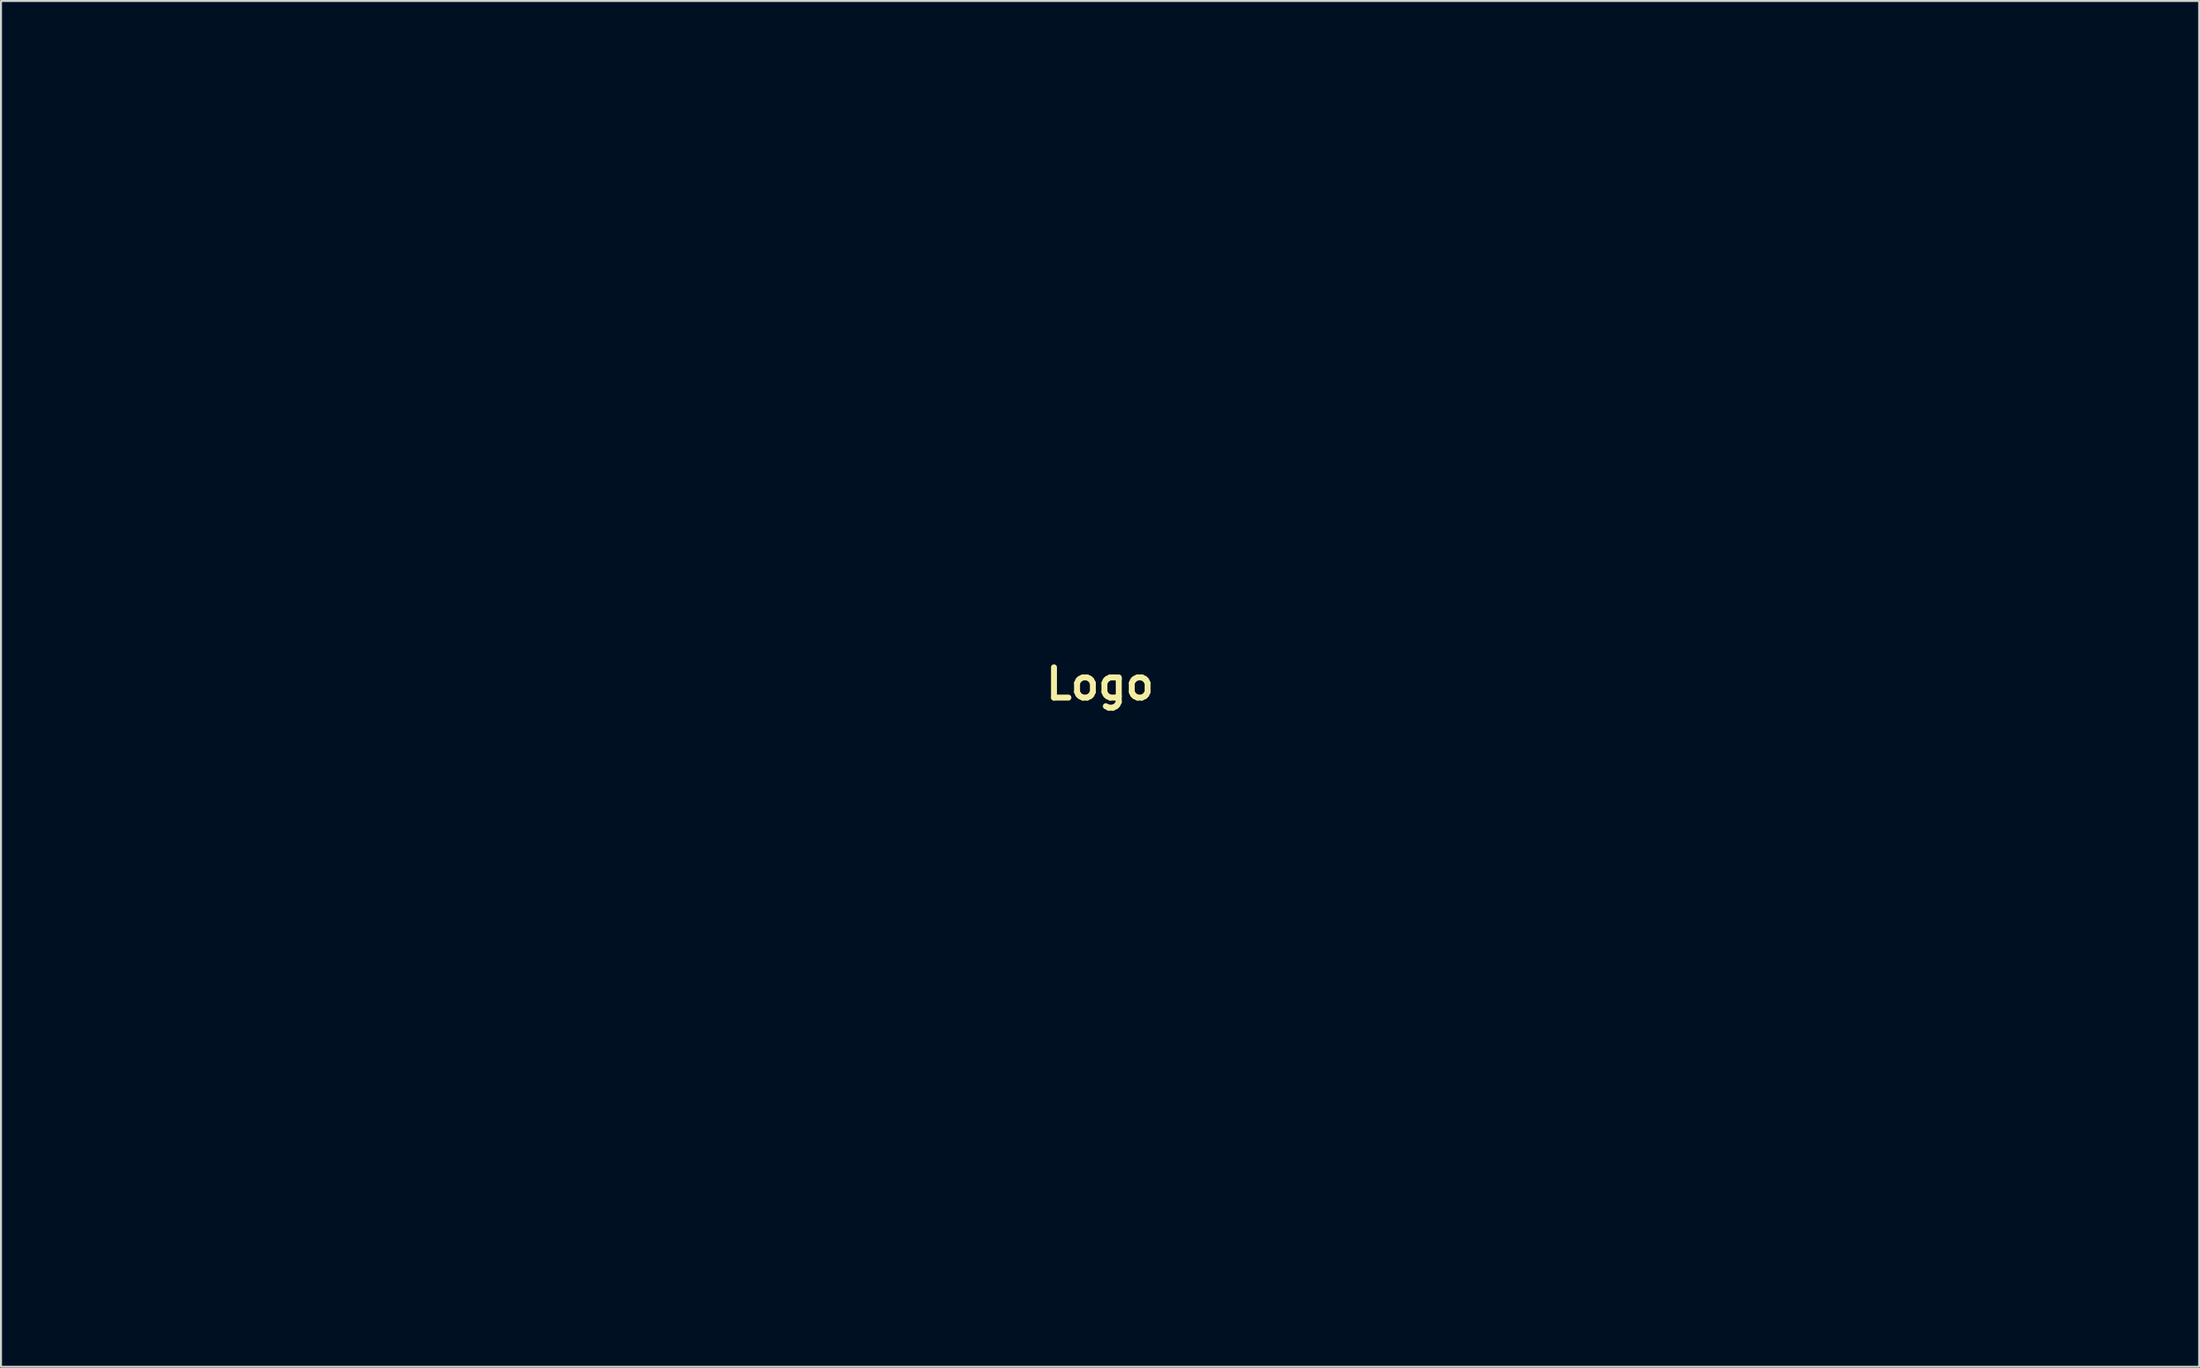
<source format=kicad_pcb>
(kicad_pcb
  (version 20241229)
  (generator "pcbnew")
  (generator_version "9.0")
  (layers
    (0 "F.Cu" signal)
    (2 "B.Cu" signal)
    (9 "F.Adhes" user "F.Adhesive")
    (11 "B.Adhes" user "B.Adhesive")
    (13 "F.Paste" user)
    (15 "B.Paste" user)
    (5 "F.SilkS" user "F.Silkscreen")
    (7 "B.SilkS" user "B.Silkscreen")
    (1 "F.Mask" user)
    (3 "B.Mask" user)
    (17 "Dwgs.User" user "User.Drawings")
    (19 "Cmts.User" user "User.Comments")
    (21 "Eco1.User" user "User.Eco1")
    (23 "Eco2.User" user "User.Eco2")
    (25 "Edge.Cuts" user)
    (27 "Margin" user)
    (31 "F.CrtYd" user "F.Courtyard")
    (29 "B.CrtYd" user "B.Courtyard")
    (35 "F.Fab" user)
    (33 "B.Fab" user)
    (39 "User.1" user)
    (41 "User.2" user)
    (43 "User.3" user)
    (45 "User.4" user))
  (footprint "Logo"
    (layer "F.Cu")
    (at 52.376 31.428)
    (property "Reference" "Logo" (at 0 0 0) (layer "F.SilkS") (effects (font (size 1.524 1.524) (thickness 0.3))))
    (attr through_hole)
    (fp_poly (pts (xy -16.235 11.391) (xy -16.366 11.522) (xy -16.497 11.391) (xy -16.366 11.26) (xy -16.235 11.391)) (stroke (width 0.01) (type solid)) (fill no) (layer "Eco2.User"))
    (fp_poly (pts (xy -14.664 10.867) (xy -14.795 10.998) (xy -14.926 10.867) (xy -14.795 10.736) (xy -14.664 10.867)) (stroke (width 0.01) (type solid)) (fill no) (layer "Eco2.User"))
    (fp_poly (pts (xy -13.878 10.605) (xy -14.009 10.736) (xy -14.14 10.605) (xy -14.009 10.474) (xy -13.878 10.605)) (stroke (width 0.01) (type solid)) (fill no) (layer "Eco2.User"))
    (fp_poly (pts (xy -13.355 10.343) (xy -13.486 10.474) (xy -13.616 10.343) (xy -13.486 10.212) (xy -13.355 10.343)) (stroke (width 0.01) (type solid)) (fill no) (layer "Eco2.User"))
    (fp_poly (pts (xy -12.569 10.081) (xy -12.7 10.212) (xy -12.831 10.081) (xy -12.7 9.951) (xy -12.569 10.081)) (stroke (width 0.01) (type solid)) (fill no) (layer "Eco2.User"))
    (fp_poly (pts (xy -11.784 16.628) (xy -11.914 16.759) (xy -12.045 16.628) (xy -11.914 16.497) (xy -11.784 16.628)) (stroke (width 0.01) (type solid)) (fill no) (layer "Eco2.User"))
    (fp_poly (pts (xy -11.26 9.558) (xy -11.391 9.689) (xy -11.522 9.558) (xy -11.391 9.427) (xy -11.26 9.558)) (stroke (width 0.01) (type solid)) (fill no) (layer "Eco2.User"))
    (fp_poly (pts (xy -11.26 16.366) (xy -11.391 16.497) (xy -11.522 16.366) (xy -11.391 16.235) (xy -11.26 16.366)) (stroke (width 0.01) (type solid)) (fill no) (layer "Eco2.User"))
    (fp_poly (pts (xy -10.736 16.104) (xy -10.867 16.235) (xy -10.998 16.104) (xy -10.867 15.973) (xy -10.736 16.104)) (stroke (width 0.01) (type solid)) (fill no) (layer "Eco2.User"))
    (fp_poly (pts (xy -10.474 9.296) (xy -10.605 9.427) (xy -10.736 9.296) (xy -10.605 9.165) (xy -10.474 9.296)) (stroke (width 0.01) (type solid)) (fill no) (layer "Eco2.User"))
    (fp_poly (pts (xy -10.212 15.842) (xy -10.343 15.973) (xy -10.474 15.842) (xy -10.343 15.711) (xy -10.212 15.842)) (stroke (width 0.01) (type solid)) (fill no) (layer "Eco2.User"))
    (fp_poly (pts (xy -9.689 9.034) (xy -9.82 9.165) (xy -9.951 9.034) (xy -9.82 8.903) (xy -9.689 9.034)) (stroke (width 0.01) (type solid)) (fill no) (layer "Eco2.User"))
    (fp_poly (pts (xy -9.689 15.58) (xy -9.82 15.711) (xy -9.951 15.58) (xy -9.82 15.449) (xy -9.689 15.58)) (stroke (width 0.01) (type solid)) (fill no) (layer "Eco2.User"))
    (fp_poly (pts (xy -9.165 8.772) (xy -9.296 8.903) (xy -9.427 8.772) (xy -9.296 8.641) (xy -9.165 8.772)) (stroke (width 0.01) (type solid)) (fill no) (layer "Eco2.User"))
    (fp_poly (pts (xy -9.165 15.319) (xy -9.296 15.449) (xy -9.427 15.319) (xy -9.296 15.188) (xy -9.165 15.319)) (stroke (width 0.01) (type solid)) (fill no) (layer "Eco2.User"))
    (fp_poly (pts (xy -8.641 15.057) (xy -8.772 15.188) (xy -8.903 15.057) (xy -8.772 14.926) (xy -8.641 15.057)) (stroke (width 0.01) (type solid)) (fill no) (layer "Eco2.User"))
    (fp_poly (pts (xy -8.379 8.51) (xy -8.51 8.641) (xy -8.641 8.51) (xy -8.51 8.379) (xy -8.379 8.51)) (stroke (width 0.01) (type solid)) (fill no) (layer "Eco2.User"))
    (fp_poly (pts (xy -7.856 8.248) (xy -7.987 8.379) (xy -8.118 8.248) (xy -7.987 8.118) (xy -7.856 8.248)) (stroke (width 0.01) (type solid)) (fill no) (layer "Eco2.User"))
    (fp_poly (pts (xy -7.332 14.271) (xy -7.463 14.402) (xy -7.594 14.271) (xy -7.463 14.14) (xy -7.332 14.271)) (stroke (width 0.01) (type solid)) (fill no) (layer "Eco2.User"))
    (fp_poly (pts (xy -6.285 13.747) (xy -6.415 13.878) (xy -6.546 13.747) (xy -6.415 13.616) (xy -6.285 13.747)) (stroke (width 0.01) (type solid)) (fill no) (layer "Eco2.User"))
    (fp_poly (pts (xy -5.761 13.486) (xy -5.892 13.616) (xy -6.023 13.486) (xy -5.892 13.355) (xy -5.761 13.486)) (stroke (width 0.01) (type solid)) (fill no) (layer "Eco2.User"))
    (fp_poly (pts (xy -5.237 7.201) (xy -5.368 7.332) (xy -5.499 7.201) (xy -5.368 7.07) (xy -5.237 7.201)) (stroke (width 0.01) (type solid)) (fill no) (layer "Eco2.User"))
    (fp_poly (pts (xy -5.237 13.224) (xy -5.368 13.355) (xy -5.499 13.224) (xy -5.368 13.093) (xy -5.237 13.224)) (stroke (width 0.01) (type solid)) (fill no) (layer "Eco2.User"))
    (fp_poly (pts (xy -2.095 5.892) (xy -2.226 6.023) (xy -2.357 5.892) (xy -2.226 5.761) (xy -2.095 5.892)) (stroke (width 0.01) (type solid)) (fill no) (layer "Eco2.User"))
    (fp_poly (pts (xy -1.571 5.63) (xy -1.702 5.761) (xy -1.833 5.63) (xy -1.702 5.499) (xy -1.571 5.63)) (stroke (width 0.01) (type solid)) (fill no) (layer "Eco2.User"))
    (fp_poly (pts (xy -1.047 10.867) (xy -1.178 10.998) (xy -1.309 10.867) (xy -1.178 10.736) (xy -1.047 10.867)) (stroke (width 0.01) (type solid)) (fill no) (layer "Eco2.User"))
    (fp_poly (pts (xy -0.786 5.368) (xy -0.916 5.499) (xy -1.047 5.368) (xy -0.916 5.237) (xy -0.786 5.368)) (stroke (width 0.01) (type solid)) (fill no) (layer "Eco2.User"))
    (fp_poly (pts (xy -0.524 10.605) (xy -0.655 10.736) (xy -0.786 10.605) (xy -0.655 10.474) (xy -0.524 10.605)) (stroke (width 0.01) (type solid)) (fill no) (layer "Eco2.User"))
    (fp_poly (pts (xy 2.357 4.059) (xy 2.226 4.19) (xy 2.095 4.059) (xy 2.226 3.928) (xy 2.357 4.059)) (stroke (width 0.01) (type solid)) (fill no) (layer "Eco2.User"))
    (fp_poly (pts (xy 3.142 8.51) (xy 3.011 8.641) (xy 2.88 8.51) (xy 3.011 8.379) (xy 3.142 8.51)) (stroke (width 0.01) (type solid)) (fill no) (layer "Eco2.User"))
    (fp_poly (pts (xy 4.713 3.011) (xy 4.582 3.142) (xy 4.452 3.011) (xy 4.582 2.88) (xy 4.713 3.011)) (stroke (width 0.01) (type solid)) (fill no) (layer "Eco2.User"))
    (fp_poly (pts (xy 5.237 2.749) (xy 5.106 2.88) (xy 4.975 2.749) (xy 5.106 2.619) (xy 5.237 2.749)) (stroke (width 0.01) (type solid)) (fill no) (layer "Eco2.User"))
    (fp_poly (pts (xy 5.499 7.201) (xy 5.368 7.332) (xy 5.237 7.201) (xy 5.368 7.07) (xy 5.499 7.201)) (stroke (width 0.01) (type solid)) (fill no) (layer "Eco2.User"))
    (fp_poly (pts (xy 6.023 2.488) (xy 5.892 2.619) (xy 5.761 2.488) (xy 5.892 2.357) (xy 6.023 2.488)) (stroke (width 0.01) (type solid)) (fill no) (layer "Eco2.User"))
    (fp_poly (pts (xy 6.023 6.939) (xy 5.892 7.07) (xy 5.761 6.939) (xy 5.892 6.808) (xy 6.023 6.939)) (stroke (width 0.01) (type solid)) (fill no) (layer "Eco2.User"))
    (fp_poly (pts (xy 6.546 2.226) (xy 6.415 2.357) (xy 6.285 2.226) (xy 6.415 2.095) (xy 6.546 2.226)) (stroke (width 0.01) (type solid)) (fill no) (layer "Eco2.User"))
    (fp_poly (pts (xy 6.808 6.415) (xy 6.677 6.546) (xy 6.546 6.415) (xy 6.677 6.285) (xy 6.808 6.415)) (stroke (width 0.01) (type solid)) (fill no) (layer "Eco2.User"))
    (fp_poly (pts (xy 7.07 1.964) (xy 6.939 2.095) (xy 6.808 1.964) (xy 6.939 1.833) (xy 7.07 1.964)) (stroke (width 0.01) (type solid)) (fill no) (layer "Eco2.User"))
    (fp_poly (pts (xy 7.332 6.154) (xy 7.201 6.285) (xy 7.07 6.154) (xy 7.201 6.023) (xy 7.332 6.154)) (stroke (width 0.01) (type solid)) (fill no) (layer "Eco2.User"))
    (fp_poly (pts (xy 7.594 1.702) (xy 7.463 1.833) (xy 7.332 1.702) (xy 7.463 1.571) (xy 7.594 1.702)) (stroke (width 0.01) (type solid)) (fill no) (layer "Eco2.User"))
    (fp_poly (pts (xy 8.641 5.368) (xy 8.51 5.499) (xy 8.379 5.368) (xy 8.51 5.237) (xy 8.641 5.368)) (stroke (width 0.01) (type solid)) (fill no) (layer "Eco2.User"))
    (fp_poly (pts (xy 9.165 5.106) (xy 9.034 5.237) (xy 8.903 5.106) (xy 9.034 4.975) (xy 9.165 5.106)) (stroke (width 0.01) (type solid)) (fill no) (layer "Eco2.User"))
    (fp_poly (pts (xy 10.474 4.321) (xy 10.343 4.452) (xy 10.212 4.321) (xy 10.343 4.19) (xy 10.474 4.321)) (stroke (width 0.01) (type solid)) (fill no) (layer "Eco2.User"))
    (fp_poly (pts (xy 11.26 0.131) (xy 11.129 0.262) (xy 10.998 0.131) (xy 11.129 0) (xy 11.26 0.131)) (stroke (width 0.01) (type solid)) (fill no) (layer "Eco2.User"))
    (fp_poly (pts (xy 11.784 -0.131) (xy 11.653 0) (xy 11.522 -0.131) (xy 11.653 -0.262) (xy 11.784 -0.131)) (stroke (width 0.01) (type solid)) (fill no) (layer "Eco2.User"))
    (fp_poly (pts (xy 12.307 -0.393) (xy 12.176 -0.262) (xy 12.045 -0.393) (xy 12.176 -0.524) (xy 12.307 -0.393)) (stroke (width 0.01) (type solid)) (fill no) (layer "Eco2.User"))
    (fp_poly (pts (xy 12.307 3.273) (xy 12.176 3.404) (xy 12.045 3.273) (xy 12.176 3.142) (xy 12.307 3.273)) (stroke (width 0.01) (type solid)) (fill no) (layer "Eco2.User"))
    (fp_poly (pts (xy 12.831 -0.655) (xy 12.7 -0.524) (xy 12.569 -0.655) (xy 12.7 -0.786) (xy 12.831 -0.655)) (stroke (width 0.01) (type solid)) (fill no) (layer "Eco2.User"))
    (fp_poly (pts (xy 13.093 2.749) (xy 12.962 2.88) (xy 12.831 2.749) (xy 12.962 2.619) (xy 13.093 2.749)) (stroke (width 0.01) (type solid)) (fill no) (layer "Eco2.User"))
    (fp_poly (pts (xy 14.926 1.702) (xy 14.795 1.833) (xy 14.664 1.702) (xy 14.795 1.571) (xy 14.926 1.702)) (stroke (width 0.01) (type solid)) (fill no) (layer "Eco2.User"))
    (fp_poly (pts (xy 15.449 1.44) (xy 15.319 1.571) (xy 15.188 1.44) (xy 15.319 1.309) (xy 15.449 1.44)) (stroke (width 0.01) (type solid)) (fill no) (layer "Eco2.User"))
    (fp_poly (pts (xy 15.973 -1.964) (xy 15.842 -1.833) (xy 15.711 -1.964) (xy 15.842 -2.095) (xy 15.973 -1.964)) (stroke (width 0.01) (type solid)) (fill no) (layer "Eco2.User"))
    (fp_poly (pts (xy 16.235 0.916) (xy 16.104 1.047) (xy 15.973 0.916) (xy 16.104 0.786) (xy 16.235 0.916)) (stroke (width 0.01) (type solid)) (fill no) (layer "Eco2.User"))
    (fp_poly (pts (xy 16.497 -2.226) (xy 16.366 -2.095) (xy 16.235 -2.226) (xy 16.366 -2.357) (xy 16.497 -2.226)) (stroke (width 0.01) (type solid)) (fill no) (layer "Eco2.User"))
    (fp_poly (pts (xy 17.021 -2.488) (xy 16.89 -2.357) (xy 16.759 -2.488) (xy 16.89 -2.619) (xy 17.021 -2.488)) (stroke (width 0.01) (type solid)) (fill no) (layer "Eco2.User"))
    (fp_poly (pts (xy 17.544 -2.749) (xy 17.413 -2.619) (xy 17.282 -2.749) (xy 17.413 -2.88) (xy 17.544 -2.749)) (stroke (width 0.01) (type solid)) (fill no) (layer "Eco2.User"))
    (fp_poly (pts (xy 17.544 0.131) (xy 17.413 0.262) (xy 17.282 0.131) (xy 17.413 0) (xy 17.544 0.131)) (stroke (width 0.01) (type solid)) (fill no) (layer "Eco2.User"))
    (fp_poly (pts (xy 18.068 -3.011) (xy 17.937 -2.88) (xy 17.806 -3.011) (xy 17.937 -3.142) (xy 18.068 -3.011)) (stroke (width 0.01) (type solid)) (fill no) (layer "Eco2.User"))
    (fp_poly (pts (xy 18.33 -0.393) (xy 18.199 -0.262) (xy 18.068 -0.393) (xy 18.199 -0.524) (xy 18.33 -0.393)) (stroke (width 0.01) (type solid)) (fill no) (layer "Eco2.User"))
    (fp_poly (pts (xy 18.854 -3.273) (xy 18.723 -3.142) (xy 18.592 -3.273) (xy 18.723 -3.404) (xy 18.854 -3.273)) (stroke (width 0.01) (type solid)) (fill no) (layer "Eco2.User"))
    (fp_poly (pts (xy 23.043 -3.273) (xy 22.912 -3.142) (xy 22.781 -3.273) (xy 22.912 -3.404) (xy 23.043 -3.273)) (stroke (width 0.01) (type solid)) (fill no) (layer "Eco2.User"))
    (fp_poly (pts (xy 24.353 -4.059) (xy 24.222 -3.928) (xy 24.091 -4.059) (xy 24.222 -4.19) (xy 24.353 -4.059)) (stroke (width 0.01) (type solid)) (fill no) (layer "Eco2.User"))
    (fp_poly (pts (xy -20.512 0.873) (xy -20.481 1.184) (xy -20.512 1.222) (xy -20.668 1.186) (xy -20.687 1.047) (xy -20.591 0.832) (xy -20.512 0.873)) (stroke (width 0.01) (type solid)) (fill no) (layer "Eco2.User"))
    (fp_poly (pts (xy -20.508 -1.882) (xy -20.477 -1.473) (xy -20.528 -1.38) (xy -20.647 -1.458) (xy -20.666 -1.724) (xy -20.602 -2.003) (xy -20.508 -1.882)) (stroke (width 0.01) (type solid)) (fill no) (layer "Eco2.User"))
    (fp_poly (pts (xy -19.203 12.395) (xy -19.239 12.55) (xy -19.377 12.569) (xy -19.593 12.473) (xy -19.552 12.395) (xy -19.241 12.363) (xy -19.203 12.395)) (stroke (width 0.01) (type solid)) (fill no) (layer "Eco2.User"))
    (fp_poly (pts (xy -17.632 11.871) (xy -17.668 12.026) (xy -17.806 12.045) (xy -18.022 11.95) (xy -17.981 11.871) (xy -17.67 11.839) (xy -17.632 11.871)) (stroke (width 0.01) (type solid)) (fill no) (layer "Eco2.User"))
    (fp_poly (pts (xy -16.846 11.609) (xy -16.882 11.765) (xy -17.021 11.784) (xy -17.236 11.688) (xy -17.195 11.609) (xy -16.884 11.578) (xy -16.846 11.609)) (stroke (width 0.01) (type solid)) (fill no) (layer "Eco2.User"))
    (fp_poly (pts (xy -11.871 9.776) (xy -11.907 9.932) (xy -12.045 9.951) (xy -12.261 9.855) (xy -12.22 9.776) (xy -11.909 9.745) (xy -11.871 9.776)) (stroke (width 0.01) (type solid)) (fill no) (layer "Eco2.User"))
    (fp_poly (pts (xy -5.848 7.419) (xy -5.884 7.575) (xy -6.023 7.594) (xy -6.238 7.498) (xy -6.197 7.419) (xy -5.886 7.388) (xy -5.848 7.419)) (stroke (width 0.01) (type solid)) (fill no) (layer "Eco2.User"))
    (fp_poly (pts (xy -4.539 6.896) (xy -4.575 7.051) (xy -4.713 7.07) (xy -4.929 6.974) (xy -4.888 6.896) (xy -4.577 6.864) (xy -4.539 6.896)) (stroke (width 0.01) (type solid)) (fill no) (layer "Eco2.User"))
    (fp_poly (pts (xy -12.389 16.928) (xy -12.438 17.021) (xy -12.685 17.271) (xy -12.731 17.282) (xy -12.749 17.113) (xy -12.7 17.021) (xy -12.453 16.771) (xy -12.407 16.759) (xy -12.389 16.928)) (stroke (width 0.01) (type solid)) (fill no) (layer "Eco2.User"))
    (fp_poly (pts (xy -6.565 7.64) (xy -6.756 7.821) (xy -6.808 7.856) (xy -7.288 8.087) (xy -7.517 8.049) (xy -7.463 7.856) (xy -7.089 7.628) (xy -6.858 7.598) (xy -6.565 7.64)) (stroke (width 0.01) (type solid)) (fill no) (layer "Eco2.User"))
    (fp_poly (pts (xy 0.18 10.12) (xy 0.131 10.212) (xy -0.116 10.462) (xy -0.162 10.474) (xy -0.18 10.305) (xy -0.131 10.212) (xy 0.116 9.962) (xy 0.162 9.951) (xy 0.18 10.12)) (stroke (width 0.01) (type solid)) (fill no) (layer "Eco2.User"))
    (fp_poly (pts (xy 2.536 8.81) (xy 2.488 8.903) (xy 2.241 9.153) (xy 2.195 9.165) (xy 2.177 8.996) (xy 2.226 8.903) (xy 2.472 8.653) (xy 2.519 8.641) (xy 2.536 8.81)) (stroke (width 0.01) (type solid)) (fill no) (layer "Eco2.User"))
    (fp_poly (pts (xy 8.035 5.668) (xy 7.987 5.761) (xy 7.74 6.011) (xy 7.694 6.023) (xy 7.676 5.854) (xy 7.725 5.761) (xy 7.971 5.511) (xy 8.018 5.499) (xy 8.035 5.668)) (stroke (width 0.01) (type solid)) (fill no) (layer "Eco2.User"))
    (fp_poly (pts (xy 9.868 4.621) (xy 9.82 4.713) (xy 9.573 4.963) (xy 9.527 4.975) (xy 9.509 4.806) (xy 9.558 4.713) (xy 9.804 4.463) (xy 9.85 4.452) (xy 9.868 4.621)) (stroke (width 0.01) (type solid)) (fill no) (layer "Eco2.User"))
    (fp_poly (pts (xy 16.938 0.431) (xy 16.89 0.524) (xy 16.643 0.774) (xy 16.597 0.786) (xy 16.579 0.616) (xy 16.628 0.524) (xy 16.875 0.274) (xy 16.921 0.262) (xy 16.938 0.431)) (stroke (width 0.01) (type solid)) (fill no) (layer "Eco2.User"))
    (fp_poly (pts (xy 21.652 -2.449) (xy 21.603 -2.357) (xy 21.356 -2.107) (xy 21.31 -2.095) (xy 21.292 -2.264) (xy 21.341 -2.357) (xy 21.588 -2.607) (xy 21.634 -2.619) (xy 21.652 -2.449)) (stroke (width 0.01) (type solid)) (fill no) (layer "Eco2.User"))
    (fp_poly (pts (xy 22.437 -2.973) (xy 22.389 -2.88) (xy 22.142 -2.63) (xy 22.096 -2.619) (xy 22.078 -2.788) (xy 22.127 -2.88) (xy 22.374 -3.13) (xy 22.42 -3.142) (xy 22.437 -2.973)) (stroke (width 0.01) (type solid)) (fill no) (layer "Eco2.User"))
    (fp_poly (pts (xy 23.747 -3.759) (xy 23.698 -3.666) (xy 23.451 -3.416) (xy 23.405 -3.404) (xy 23.387 -3.573) (xy 23.436 -3.666) (xy 23.683 -3.916) (xy 23.729 -3.928) (xy 23.747 -3.759)) (stroke (width 0.01) (type solid)) (fill no) (layer "Eco2.User"))
    (fp_poly (pts (xy 3.809 3.186) (xy 3.951 3.308) (xy 3.583 3.518) (xy 3.431 3.578) (xy 2.868 3.724) (xy 2.62 3.653) (xy 2.619 3.635) (xy 2.842 3.326) (xy 3.369 3.165) (xy 3.809 3.186)) (stroke (width 0.01) (type solid)) (fill no) (layer "Eco2.User"))
    (fp_poly (pts (xy 22.537 22.264) (xy 22.902 22.998) (xy 22.97 23.387) (xy 22.707 23.541) (xy 22.127 23.567) (xy 21.521 23.542) (xy 21.218 23.481) (xy 21.21 23.468) (xy 21.302 23.188) (xy 21.531 22.604) (xy 21.631 22.362) (xy 22.052 21.354) (xy 22.537 22.264)) (stroke (width 0.01) (type solid)) (fill no) (layer "Eco2.User"))
    (fp_poly (pts (xy 21.701 13.406) (xy 22.215 13.576) (xy 22.428 14.033) (xy 22.457 14.271) (xy 22.444 14.93) (xy 22.326 15.349) (xy 21.795 15.729) (xy 21.081 15.825) (xy 20.621 15.688) (xy 20.205 15.211) (xy 20.166 14.601) (xy 20.435 14) (xy 20.945 13.551) (xy 21.628 13.399) (xy 21.701 13.406)) (stroke (width 0.01) (type solid)) (fill no) (layer "Eco2.User"))
    (fp_poly (pts (xy -16.275 -25.174) (xy -16.044 -24.699) (xy -16.02 -24.533) (xy -16.062 -23.857) (xy -16.248 -23.42) (xy -16.714 -23.156) (xy -17.38 -23.043) (xy -17.975 -23.112) (xy -18.155 -23.218) (xy -18.321 -23.682) (xy -18.292 -24.348) (xy -18.097 -24.944) (xy -17.953 -25.125) (xy -17.424 -25.33) (xy -16.84 -25.353) (xy -16.275 -25.174)) (stroke (width 0.01) (type solid)) (fill no) (layer "Eco2.User"))
    (fp_poly (pts (xy 9.021 21.529) (xy 9.408 21.9) (xy 9.786 22.511) (xy 9.95 23.031) (xy 9.951 23.043) (xy 9.796 23.556) (xy 9.422 24.168) (xy 9.408 24.186) (xy 8.688 24.719) (xy 7.769 24.903) (xy 6.851 24.728) (xy 6.285 24.353) (xy 5.89 23.692) (xy 5.761 23.043) (xy 5.982 22.187) (xy 6.554 21.565) (xy 7.343 21.219) (xy 8.21 21.193) (xy 9.021 21.529)) (stroke (width 0.01) (type solid)) (fill no) (layer "Eco2.User"))
    (fp_poly (pts (xy 14.112 2.344) (xy 14.344 2.865) (xy 14.402 3.516) (xy 14.181 4.242) (xy 13.621 4.737) (xy 12.872 4.95) (xy 12.086 4.831) (xy 11.543 4.473) (xy 11.146 4.119) (xy 10.951 4.015) (xy 11.037 3.913) (xy 11.235 3.736) (xy 11.578 3.574) (xy 11.902 3.835) (xy 11.984 3.947) (xy 12.49 4.341) (xy 13.062 4.358) (xy 13.556 4.084) (xy 13.833 3.606) (xy 13.751 3.01) (xy 13.692 2.905) (xy 13.514 2.486) (xy 13.71 2.277) (xy 13.738 2.266) (xy 14.112 2.344)) (stroke (width 0.01) (type solid)) (fill no) (layer "Eco2.User"))
    (fp_poly (pts (xy 0.576 3.282) (xy 1.153 3.795) (xy 1.154 3.797) (xy 1.424 4.255) (xy 1.48 4.451) (xy 1.478 4.452) (xy 1.192 4.543) (xy 0.617 4.768) (xy 0.464 4.831) (xy -0.231 5.054) (xy -0.647 4.99) (xy -0.746 4.91) (xy -1 4.367) (xy -0.427 4.367) (xy -0.086 4.674) (xy 0.146 4.713) (xy 0.452 4.495) (xy 0.524 4.19) (xy 0.337 3.768) (xy -0.06 3.676) (xy -0.393 3.928) (xy -0.427 4.367) (xy -1 4.367) (xy -1.03 4.304) (xy -0.885 3.651) (xy -0.733 3.456) (xy -0.114 3.158) (xy 0.576 3.282)) (stroke (width 0.01) (type solid)) (fill no) (layer "Eco2.User"))
    (fp_poly (pts (xy -20.61 1.824) (xy -20.532 2.545) (xy -20.464 3.681) (xy -20.41 5.175) (xy -20.372 6.974) (xy -20.369 7.18) (xy -20.294 12.789) (xy -22.155 13.329) (xy -24.083 13.839) (xy -25.945 14.238) (xy -27.67 14.519) (xy -29.189 14.676) (xy -30.433 14.702) (xy -31.331 14.591) (xy -31.813 14.336) (xy -31.857 14.257) (xy -31.924 13.812) (xy -31.791 13.269) (xy -31.431 12.588) (xy -30.813 11.733) (xy -29.909 10.665) (xy -28.691 9.346) (xy -27.128 7.74) (xy -26.004 6.612) (xy -24.665 5.287) (xy -23.441 4.092) (xy -22.382 3.075) (xy -21.538 2.284) (xy -20.96 1.767) (xy -20.698 1.572) (xy -20.694 1.571) (xy -20.61 1.824)) (stroke (width 0.01) (type solid)) (fill no) (layer "Eco2.User"))
    (fp_poly (pts (xy 4.882 7.533) (xy 4.918 7.895) (xy 5.319 8.282) (xy 5.942 8.585) (xy 6.389 8.685) (xy 7.129 8.946) (xy 7.509 9.421) (xy 7.525 9.966) (xy 7.169 10.438) (xy 6.472 10.686) (xy 5.82 10.581) (xy 5.504 10.223) (xy 5.331 9.709) (xy 5.333 9.689) (xy 6.023 9.689) (xy 6.155 10.118) (xy 6.481 10.163) (xy 6.87 9.904) (xy 6.939 9.689) (xy 6.721 9.319) (xy 6.481 9.215) (xy 6.11 9.306) (xy 6.023 9.689) (xy 5.333 9.689) (xy 5.357 9.445) (xy 5.268 9.148) (xy 4.872 8.692) (xy 4.709 8.546) (xy 4.215 8.11) (xy 4.09 7.868) (xy 4.299 7.678) (xy 4.478 7.58) (xy 4.84 7.441) (xy 4.882 7.533)) (stroke (width 0.01) (type solid)) (fill no) (layer "Eco2.User"))
    (fp_poly (pts (xy 15.961 6.21) (xy 17.107 6.85) (xy 17.937 7.767) (xy 18.509 8.447) (xy 19.165 8.976) (xy 19.181 8.986) (xy 19.762 9.545) (xy 19.863 10.208) (xy 19.49 10.848) (xy 19.021 11.207) (xy 18.737 11.122) (xy 18.608 10.565) (xy 18.592 10.062) (xy 18.559 9.325) (xy 18.43 8.992) (xy 18.156 8.947) (xy 18.134 8.952) (xy 17.752 9.252) (xy 17.59 9.837) (xy 17.667 10.507) (xy 17.937 10.997) (xy 18.207 11.376) (xy 18.192 11.758) (xy 17.963 12.257) (xy 17.384 12.937) (xy 16.478 13.547) (xy 15.444 13.98) (xy 14.516 14.13) (xy 13.704 14.013) (xy 12.949 13.772) (xy 12.103 13.219) (xy 11.304 12.399) (xy 10.725 11.504) (xy 10.573 11.093) (xy 10.495 9.948) (xy 10.732 8.706) (xy 11.228 7.64) (xy 11.254 7.602) (xy 12.219 6.655) (xy 13.402 6.109) (xy 14.688 5.962) (xy 15.961 6.21)) (stroke (width 0.01) (type solid)) (fill no) (layer "Eco2.User"))
    (fp_poly (pts (xy 1.096 9.775) (xy 1.662 10.214) (xy 2.39 10.882) (xy 2.822 11.316) (xy 3.591 12.087) (xy 4.237 12.689) (xy 4.669 13.039) (xy 4.781 13.093) (xy 5.138 12.944) (xy 5.67 12.584) (xy 5.695 12.564) (xy 6.211 12.225) (xy 6.598 12.223) (xy 6.915 12.399) (xy 7.45 12.975) (xy 7.529 13.621) (xy 7.322 14.022) (xy 6.741 14.367) (xy 6.059 14.282) (xy 5.667 14.009) (xy 5.121 13.681) (xy 4.791 13.616) (xy 4.433 13.454) (xy 4.301 13.355) (xy 6.023 13.355) (xy 6.155 13.784) (xy 6.481 13.829) (xy 6.87 13.57) (xy 6.939 13.355) (xy 6.721 12.985) (xy 6.481 12.881) (xy 6.11 12.972) (xy 6.023 13.355) (xy 4.301 13.355) (xy 3.86 13.024) (xy 3.159 12.412) (xy 2.417 11.704) (xy 1.721 10.988) (xy 1.158 10.349) (xy 0.815 9.874) (xy 0.779 9.648) (xy 0.787 9.645) (xy 1.096 9.775)) (stroke (width 0.01) (type solid)) (fill no) (layer "Eco2.User"))
    (fp_poly (pts (xy -11.253 3.236) (xy -10.755 3.632) (xy -10.736 3.666) (xy -10.613 4.338) (xy -10.882 4.918) (xy -11.444 5.224) (xy -11.605 5.237) (xy -12.141 5.442) (xy -12.917 6.025) (xy -13.677 6.743) (xy -14.424 7.524) (xy -14.873 8.098) (xy -15.108 8.619) (xy -15.211 9.241) (xy -15.24 9.668) (xy -15.331 10.471) (xy -15.481 11.026) (xy -15.598 11.179) (xy -15.754 10.994) (xy -15.797 10.303) (xy -15.767 9.629) (xy -15.691 8.773) (xy -15.543 8.164) (xy -15.238 7.631) (xy -14.691 7.002) (xy -14.245 6.539) (xy -13.351 5.525) (xy -12.898 4.759) (xy -12.831 4.431) (xy -12.819 4.367) (xy -12.21 4.367) (xy -11.87 4.674) (xy -11.637 4.713) (xy -11.331 4.495) (xy -11.26 4.19) (xy -11.446 3.768) (xy -11.843 3.676) (xy -12.176 3.928) (xy -12.21 4.367) (xy -12.819 4.367) (xy -12.713 3.798) (xy -12.517 3.456) (xy -11.921 3.167) (xy -11.253 3.236)) (stroke (width 0.01) (type solid)) (fill no) (layer "Eco2.User"))
    (fp_poly (pts (xy -1.805 11.357) (xy -2.026 11.753) (xy -1.857 12.13) (xy -1.738 12.267) (xy -1.395 12.944) (xy -1.329 13.743) (xy -1.51 14.297) (xy -1.829 14.589) (xy -2.331 14.919) (xy -2.785 15.144) (xy -2.929 15.171) (xy -3.206 15.072) (xy -3.607 14.915) (xy -4.177 14.464) (xy -4.515 13.786) (xy -4.514 13.756) (xy -3.919 13.756) (xy -3.756 14.225) (xy -3.753 14.227) (xy -3.387 14.356) (xy -2.842 14.402) (xy -2.249 14.28) (xy -1.962 13.827) (xy -1.94 13.744) (xy -1.954 13.029) (xy -2.301 12.518) (xy -2.843 12.303) (xy -3.441 12.477) (xy -3.614 12.621) (xy -3.863 13.123) (xy -3.919 13.756) (xy -4.514 13.756) (xy -4.504 13.115) (xy -4.5 12.875) (xy -4.734 12.957) (xy -4.951 13.044) (xy -4.844 12.912) (xy -4.461 12.62) (xy -3.868 12.256) (xy -3.185 11.88) (xy -2.529 11.552) (xy -2.022 11.335) (xy -1.781 11.288) (xy -1.805 11.357)) (stroke (width 0.01) (type solid)) (fill no) (layer "Eco2.User"))
    (fp_poly (pts (xy 20.732 0.017) (xy 20.707 1.117) (xy 20.758 1.845) (xy 20.911 2.35) (xy 21.189 2.781) (xy 21.19 2.784) (xy 21.57 3.407) (xy 21.734 3.952) (xy 21.734 3.963) (xy 21.506 4.61) (xy 20.945 5.172) (xy 20.237 5.48) (xy 20.032 5.499) (xy 19.355 5.317) (xy 18.854 4.975) (xy 18.429 4.281) (xy 18.37 3.578) (xy 18.927 3.578) (xy 18.957 4.154) (xy 19.265 4.564) (xy 19.853 4.937) (xy 20.421 4.808) (xy 20.809 4.461) (xy 21.101 3.859) (xy 20.986 3.306) (xy 20.578 2.919) (xy 19.989 2.813) (xy 19.418 3.039) (xy 18.927 3.578) (xy 18.37 3.578) (xy 18.366 3.531) (xy 18.678 2.92) (xy 18.723 2.88) (xy 18.927 2.5) (xy 19.065 1.846) (xy 19.134 1.062) (xy 19.131 0.292) (xy 19.054 -0.321) (xy 18.899 -0.634) (xy 18.788 -0.632) (xy 18.535 -0.513) (xy 18.619 -0.619) (xy 18.945 -0.875) (xy 19.42 -1.206) (xy 19.901 -1.511) (xy 20.818 -2.058) (xy 20.732 0.017)) (stroke (width 0.01) (type solid)) (fill no) (layer "Eco2.User"))
    (fp_poly (pts (xy 20.68 -24.666) (xy 21.062 -24.154) (xy 21.095 -23.52) (xy 20.859 -23.089) (xy 20.554 -22.439) (xy 20.429 -21.493) (xy 20.484 -20.447) (xy 20.717 -19.495) (xy 20.872 -19.164) (xy 21.149 -18.577) (xy 21.123 -18.189) (xy 20.971 -17.964) (xy 20.437 -17.622) (xy 20.032 -17.544) (xy 19.403 -17.722) (xy 19.093 -17.964) (xy 18.895 -18.337) (xy 18.949 -18.592) (xy 19.639 -18.592) (xy 19.828 -18.16) (xy 20.239 -18.073) (xy 20.494 -18.225) (xy 20.563 -18.588) (xy 20.333 -18.97) (xy 20.004 -19.115) (xy 19.708 -18.897) (xy 19.639 -18.592) (xy 18.949 -18.592) (xy 18.99 -18.78) (xy 19.192 -19.164) (xy 19.502 -20.014) (xy 19.633 -21.044) (xy 19.586 -22.057) (xy 19.358 -22.858) (xy 19.205 -23.089) (xy 18.938 -23.702) (xy 18.951 -23.758) (xy 19.49 -23.758) (xy 19.57 -23.462) (xy 19.95 -23.31) (xy 20.032 -23.305) (xy 20.445 -23.423) (xy 20.494 -23.462) (xy 20.561 -23.824) (xy 20.339 -24.21) (xy 20.032 -24.353) (xy 19.676 -24.158) (xy 19.49 -23.758) (xy 18.951 -23.758) (xy 19.079 -24.32) (xy 19.545 -24.764) (xy 20.032 -24.876) (xy 20.68 -24.666)) (stroke (width 0.01) (type solid)) (fill no) (layer "Eco2.User"))
    (fp_poly (pts (xy -15.222 -10.561) (xy -14.869 -10.099) (xy -14.965 -9.448) (xy -15.193 -9.086) (xy -15.446 -8.681) (xy -15.602 -8.162) (xy -15.683 -7.402) (xy -15.711 -6.275) (xy -15.711 -5.948) (xy -15.69 -4.694) (xy -15.618 -3.865) (xy -15.481 -3.367) (xy -15.305 -3.131) (xy -15.019 -2.627) (xy -14.978 -2.146) (xy -15.253 -1.543) (xy -15.78 -1.233) (xy -16.372 -1.293) (xy -16.62 -1.47) (xy -16.982 -2.122) (xy -16.965 -2.264) (xy -16.429 -2.264) (xy -16.38 -2.118) (xy -16.021 -1.858) (xy -15.627 -1.902) (xy -15.449 -2.21) (xy -15.624 -2.665) (xy -16.008 -2.811) (xy -16.287 -2.671) (xy -16.429 -2.264) (xy -16.965 -2.264) (xy -16.903 -2.794) (xy -16.628 -3.142) (xy -16.413 -3.587) (xy -16.273 -4.403) (xy -16.208 -5.445) (xy -16.216 -6.567) (xy -16.296 -7.623) (xy -16.448 -8.466) (xy -16.659 -8.937) (xy -16.956 -9.623) (xy -16.434 -9.623) (xy -16.357 -9.413) (xy -16.022 -9.22) (xy -15.662 -9.416) (xy -15.496 -9.776) (xy -15.605 -10.149) (xy -15.808 -10.212) (xy -16.284 -10.033) (xy -16.434 -9.623) (xy -16.956 -9.623) (xy -16.959 -9.63) (xy -16.916 -10.071) (xy -16.667 -10.567) (xy -16.15 -10.731) (xy -15.977 -10.736) (xy -15.222 -10.561)) (stroke (width 0.01) (type solid)) (fill no) (layer "Eco2.User"))
    (fp_poly (pts (xy -12.831 -6.858) (xy -12.455 -6.342) (xy -12.426 -5.706) (xy -12.658 -5.283) (xy -12.883 -4.766) (xy -13.035 -3.888) (xy -13.114 -2.799) (xy -13.119 -1.645) (xy -13.049 -0.577) (xy -12.902 0.258) (xy -12.7 0.692) (xy -12.376 1.171) (xy -12.307 1.44) (xy -12.516 1.956) (xy -12.99 2.424) (xy -13.486 2.619) (xy -13.946 2.447) (xy -14.252 2.207) (xy -14.631 1.587) (xy -14.585 1.397) (xy -13.878 1.397) (xy -13.764 1.84) (xy -13.706 1.918) (xy -13.404 1.936) (xy -13.079 1.684) (xy -12.953 1.355) (xy -12.98 1.28) (xy -13.324 1.061) (xy -13.715 1.124) (xy -13.878 1.397) (xy -14.585 1.397) (xy -14.491 1.014) (xy -14.271 0.786) (xy -14.063 0.348) (xy -13.926 -0.469) (xy -13.858 -1.525) (xy -13.859 -2.679) (xy -13.929 -3.792) (xy -14.068 -4.724) (xy -14.274 -5.335) (xy -14.29 -5.36) (xy -14.51 -6.023) (xy -13.878 -6.023) (xy -13.746 -5.593) (xy -13.42 -5.549) (xy -13.031 -5.807) (xy -12.962 -6.023) (xy -13.18 -6.392) (xy -13.42 -6.497) (xy -13.791 -6.405) (xy -13.878 -6.023) (xy -14.51 -6.023) (xy -14.527 -6.074) (xy -14.338 -6.678) (xy -13.793 -7.031) (xy -13.471 -7.07) (xy -12.831 -6.858)) (stroke (width 0.01) (type solid)) (fill no) (layer "Eco2.User"))
    (fp_poly (pts (xy 9.735 -13.01) (xy 9.885 -12.934) (xy 10.267 -12.484) (xy 10.43 -11.883) (xy 10.347 -11.342) (xy 10.099 -11.099) (xy 9.71 -10.714) (xy 9.666 -10.073) (xy 9.944 -9.288) (xy 10.518 -8.473) (xy 10.712 -8.272) (xy 11.357 -7.724) (xy 11.856 -7.455) (xy 12.038 -7.458) (xy 12.429 -7.438) (xy 12.903 -7.128) (xy 13.267 -6.686) (xy 13.355 -6.394) (xy 13.148 -5.896) (xy 12.678 -5.437) (xy 12.176 -5.237) (xy 11.721 -5.409) (xy 11.389 -5.669) (xy 11.094 -6.193) (xy 11.081 -6.494) (xy 11.607 -6.494) (xy 11.786 -6.151) (xy 12.23 -5.791) (xy 12.556 -5.937) (xy 12.661 -6.145) (xy 12.637 -6.582) (xy 12.257 -6.767) (xy 11.872 -6.697) (xy 11.607 -6.494) (xy 11.081 -6.494) (xy 11.078 -6.562) (xy 10.958 -7.065) (xy 10.425 -7.768) (xy 10.182 -8.016) (xy 9.508 -8.782) (xy 9.205 -9.449) (xy 9.165 -9.841) (xy 9.044 -10.533) (xy 8.759 -11.009) (xy 8.432 -11.533) (xy 8.445 -11.98) (xy 8.953 -11.98) (xy 9.044 -11.609) (xy 9.427 -11.522) (xy 9.857 -11.654) (xy 9.901 -11.98) (xy 9.642 -12.369) (xy 9.427 -12.438) (xy 9.057 -12.22) (xy 8.953 -11.98) (xy 8.445 -11.98) (xy 8.449 -12.137) (xy 8.727 -12.678) (xy 9.184 -13.017) (xy 9.735 -13.01)) (stroke (width 0.01) (type solid)) (fill no) (layer "Eco2.User"))
    (fp_poly (pts (xy 0.387 -9.486) (xy 0.989 -8.952) (xy 1.203 -8.194) (xy 0.976 -7.322) (xy 0.763 -6.984) (xy 0.185 -6.202) (xy 1.641 -4.803) (xy 3.096 -3.404) (xy 7.67 -3.404) (xy 9.383 -3.412) (xy 10.644 -3.438) (xy 11.525 -3.489) (xy 12.098 -3.57) (xy 12.433 -3.686) (xy 12.569 -3.797) (xy 13.126 -4.113) (xy 13.898 -4.169) (xy 14.646 -3.976) (xy 15.016 -3.711) (xy 15.339 -3.094) (xy 15.447 -2.467) (xy 15.363 -1.935) (xy 15.025 -1.572) (xy 14.406 -1.266) (xy 13.731 -1.009) (xy 13.31 -0.98) (xy 12.92 -1.187) (xy 12.731 -1.332) (xy 12.46 -1.511) (xy 12.114 -1.641) (xy 11.615 -1.732) (xy 10.881 -1.788) (xy 9.832 -1.819) (xy 8.389 -1.831) (xy 7.284 -1.833) (xy 2.475 -1.833) (xy 2.037 -2.273) (xy 12.868 -2.273) (xy 12.94 -1.927) (xy 13.283 -1.652) (xy 13.852 -1.634) (xy 14.436 -1.846) (xy 14.767 -2.16) (xy 14.902 -2.757) (xy 14.606 -3.25) (xy 13.971 -3.517) (xy 13.719 -3.535) (xy 13.141 -3.435) (xy 12.9 -3.059) (xy 12.876 -2.927) (xy 12.868 -2.273) (xy 2.037 -2.273) (xy 0.583 -3.738) (xy -0.327 -4.708) (xy -0.968 -5.509) (xy -1.285 -6.067) (xy -1.309 -6.193) (xy -1.486 -6.8) (xy -1.702 -7.07) (xy -2.073 -7.664) (xy -2.066 -8.138) (xy -1.571 -8.138) (xy -1.348 -7.5) (xy -0.766 -7.15) (xy -0.264 -7.124) (xy 0.218 -7.29) (xy 0.433 -7.743) (xy 0.474 -8.043) (xy 0.466 -8.651) (xy 0.204 -8.947) (xy -0.118 -9.054) (xy -0.858 -9.044) (xy -1.392 -8.681) (xy -1.571 -8.138) (xy -2.066 -8.138) (xy -2.063 -8.376) (xy -1.739 -9.052) (xy -1.169 -9.538) (xy -0.551 -9.689) (xy 0.387 -9.486)) (stroke (width 0.01) (type solid)) (fill no) (layer "Eco2.User"))
    (fp_poly (pts (xy 1.295 -22.887) (xy 1.904 -22.52) (xy 2.172 -22.338) (xy 2.497 -22.203) (xy 2.958 -22.109) (xy 3.634 -22.049) (xy 4.601 -22.015) (xy 5.94 -21.999) (xy 7.639 -21.996) (xy 12.709 -21.996) (xy 15.711 -18.985) (xy 17.055 -17.67) (xy 18.084 -16.742) (xy 18.817 -16.182) (xy 19.274 -15.975) (xy 19.308 -15.973) (xy 20.036 -15.742) (xy 20.638 -15.169) (xy 20.94 -14.433) (xy 20.948 -14.29) (xy 20.739 -13.699) (xy 20.235 -13.095) (xy 19.622 -12.666) (xy 19.246 -12.569) (xy 18.832 -12.72) (xy 18.267 -13.086) (xy 18.234 -13.112) (xy 17.754 -13.653) (xy 17.545 -14.212) (xy 17.544 -14.229) (xy 17.387 -14.592) (xy 18.182 -14.592) (xy 18.239 -14.006) (xy 18.583 -13.571) (xy 19.275 -13.29) (xy 19.94 -13.492) (xy 20.296 -13.882) (xy 20.358 -14.404) (xy 20.115 -14.972) (xy 19.723 -15.3) (xy 19.013 -15.373) (xy 18.47 -15.092) (xy 18.182 -14.592) (xy 17.387 -14.592) (xy 17.34 -14.7) (xy 16.728 -15.495) (xy 15.709 -16.611) (xy 14.725 -17.614) (xy 11.906 -20.425) (xy 7.113 -20.425) (xy 5.347 -20.417) (xy 4.034 -20.392) (xy 3.104 -20.343) (xy 2.485 -20.265) (xy 2.107 -20.153) (xy 1.927 -20.032) (xy 1.261 -19.681) (xy 0.511 -19.728) (xy -0.177 -20.1) (xy -0.655 -20.727) (xy -0.786 -21.341) (xy -0.737 -21.512) (xy -0.204 -21.512) (xy -0.139 -20.942) (xy 0.15 -20.574) (xy 0.759 -20.198) (xy 1.322 -20.343) (xy 1.667 -20.717) (xy 1.927 -21.404) (xy 1.675 -21.983) (xy 1.257 -22.286) (xy 0.743 -22.408) (xy 0.24 -22.107) (xy -0.204 -21.512) (xy -0.737 -21.512) (xy -0.58 -22.058) (xy -0.074 -22.68) (xy 0.566 -23.023) (xy 0.75 -23.043) (xy 1.295 -22.887)) (stroke (width 0.01) (type solid)) (fill no) (layer "Eco2.User"))
    (fp_poly (pts (xy -9.895 -25.331) (xy -9.492 -25.13) (xy -8.927 -24.557) (xy -8.665 -23.764) (xy -8.75 -22.958) (xy -8.981 -22.561) (xy -9.196 -22.086) (xy -9.39 -21.27) (xy -9.513 -20.359) (xy -9.583 -19.422) (xy -9.572 -18.891) (xy -9.454 -18.653) (xy -9.208 -18.592) (xy -9.155 -18.592) (xy -8.846 -18.664) (xy -8.692 -18.965) (xy -8.643 -19.623) (xy -8.641 -19.901) (xy -8.62 -20.678) (xy -8.512 -21.066) (xy -8.249 -21.198) (xy -7.987 -21.21) (xy -7.598 -21.168) (xy -7.404 -20.951) (xy -7.338 -20.426) (xy -7.332 -19.901) (xy -7.29 -19.078) (xy -7.144 -18.676) (xy -6.939 -18.592) (xy -6.692 -18.732) (xy -6.572 -19.217) (xy -6.546 -19.901) (xy -6.529 -20.676) (xy -6.424 -21.063) (xy -6.149 -21.196) (xy -5.761 -21.21) (xy -5.296 -21.182) (xy -5.064 -21.006) (xy -4.984 -20.548) (xy -4.975 -19.901) (xy -4.933 -19.078) (xy -4.788 -18.676) (xy -4.582 -18.592) (xy -4.335 -18.732) (xy -4.215 -19.217) (xy -4.19 -19.901) (xy -4.168 -20.678) (xy -4.06 -21.066) (xy -3.798 -21.198) (xy -3.535 -21.21) (xy -3.145 -21.167) (xy -2.951 -20.948) (xy -2.886 -20.419) (xy -2.88 -19.915) (xy -2.88 -18.619) (xy 2.918 -18.631) (xy 8.717 -18.643) (xy 14.702 -12.662) (xy 16.348 -11.016) (xy 17.66 -9.695) (xy 18.677 -8.654) (xy 19.437 -7.849) (xy 19.975 -7.236) (xy 20.332 -6.769) (xy 20.544 -6.405) (xy 20.648 -6.099) (xy 20.683 -5.806) (xy 20.687 -5.588) (xy 20.741 -4.892) (xy 20.876 -4.461) (xy 20.936 -4.408) (xy 20.878 -4.268) (xy 20.443 -4.014) (xy 20.151 -3.882) (xy 19.115 -3.443) (xy 19.115 -6.158) (xy 8.248 -16.99) (xy 2.766 -17.054) (xy 0.789 -17.068) (xy -0.709 -17.058) (xy -1.772 -17.021) (xy -2.446 -16.956) (xy -2.774 -16.86) (xy -2.821 -16.808) (xy -2.676 -16.604) (xy -2.055 -16.508) (xy -1.593 -16.497) (xy -0.81 -16.481) (xy -0.416 -16.379) (xy -0.278 -16.112) (xy -0.262 -15.711) (xy -0.29 -15.249) (xy -0.462 -15.017) (xy -0.914 -14.935) (xy -1.593 -14.926) (xy -2.425 -14.883) (xy -2.795 -14.743) (xy -2.815 -14.598) (xy -2.575 -14.442) (xy -1.944 -14.327) (xy -0.876 -14.246) (xy 0.545 -14.197) (xy 3.796 -14.123) (xy 5.04 -12.898) (xy 5.705 -12.219) (xy 6.078 -11.708) (xy 6.242 -11.168) (xy 6.283 -10.403) (xy 6.285 -10.026) (xy 6.297 -9.129) (xy 6.366 -8.636) (xy 6.54 -8.427) (xy 6.866 -8.38) (xy 6.939 -8.379) (xy 7.302 -8.346) (xy 7.498 -8.164) (xy 7.578 -7.711) (xy 7.594 -6.863) (xy 7.594 -6.808) (xy 7.594 -5.237) (xy 3.666 -5.237) (xy 3.666 -6.808) (xy 3.685 -7.686) (xy 3.769 -8.16) (xy 3.958 -8.35) (xy 4.19 -8.379) (xy 4.509 -8.451) (xy 4.665 -8.754) (xy 4.712 -9.418) (xy 4.713 -9.637) (xy 4.655 -10.496) (xy 4.41 -11.097) (xy 3.87 -11.7) (xy 3.862 -11.708) (xy 3.468 -12.064) (xy 3.096 -12.301) (xy 2.628 -12.447) (xy 1.945 -12.532) (xy 0.928 -12.584) (xy 0.131 -12.61) (xy -1.152 -12.64) (xy -1.996 -12.628) (xy -2.487 -12.566) (xy -2.709 -12.444) (xy -2.749 -12.307) (xy -2.572 -12.037) (xy -1.989 -11.88) (xy -1.506 -11.835) (xy -0.751 -11.758) (xy -0.383 -11.604) (xy -0.268 -11.294) (xy -0.262 -11.115) (xy -0.306 -10.734) (xy -0.529 -10.545) (xy -1.063 -10.48) (xy -1.571 -10.474) (xy -2.88 -10.474) (xy -2.88 -9.165) (xy -2.902 -8.388) (xy -3.01 -8) (xy -3.272 -7.868) (xy -3.535 -7.856) (xy -3.924 -7.898) (xy -4.117 -8.115) (xy -4.183 -8.64) (xy -4.19 -9.165) (xy -4.232 -9.988) (xy -4.377 -10.39) (xy -4.582 -10.474) (xy -4.74 -10.401) (xy -4.849 -10.134) (xy -4.92 -9.596) (xy -4.959 -8.715) (xy -4.974 -7.416) (xy -4.975 -6.734) (xy -4.975 -2.993) (xy -3.592 -1.628) (xy -2.209 -0.262) (xy 3.949 -0.262) (xy 6.178 -0.252) (xy 7.915 -0.22) (xy 9.19 -0.158) (xy 10.035 -0.06) (xy 10.479 0.078) (xy 10.555 0.264) (xy 10.293 0.504) (xy 9.724 0.803) (xy 9.616 0.853) (xy 9.197 1.021) (xy 8.732 1.146) (xy 8.142 1.234) (xy 7.346 1.29) (xy 6.266 1.319) (xy 4.823 1.328) (xy 2.938 1.321) (xy 2.88 1.321) (xy -2.749 1.288) (xy -4.648 -0.593) (xy -6.546 -2.475) (xy -6.546 -6.474) (xy -6.553 -8.027) (xy -6.579 -9.129) (xy -6.63 -9.852) (xy -6.714 -10.267) (xy -6.838 -10.448) (xy -6.939 -10.474) (xy -7.186 -10.334) (xy -7.307 -9.849) (xy -7.332 -9.165) (xy -7.353 -8.388) (xy -7.462 -8) (xy -7.724 -7.868) (xy -7.987 -7.856) (xy -8.373 -7.897) (xy -8.567 -8.111) (xy -8.634 -8.63) (xy -8.641 -9.184) (xy -8.67 -9.976) (xy -8.782 -10.356) (xy -9.016 -10.437) (xy -9.079 -10.428) (xy -9.235 -10.352) (xy -9.347 -10.145) (xy -9.421 -9.738) (xy -9.462 -9.058) (xy -9.476 -8.035) (xy -9.468 -6.598) (xy -9.457 -5.63) (xy -9.397 -0.916) (xy -6.008 2.491) (xy -4.932 3.581) (xy -3.997 4.545) (xy -3.261 5.322) (xy -2.782 5.85) (xy -2.619 6.066) (xy -2.839 6.254) (xy -3.339 6.457) (xy -3.611 6.513) (xy -3.891 6.474) (xy -4.237 6.292) (xy -4.708 5.92) (xy -5.363 5.313) (xy -6.26 4.423) (xy -7.459 3.205) (xy -7.528 3.134) (xy -10.998 -0.413) (xy -10.998 -10.474) (xy -12.307 -10.474) (xy -13.084 -10.495) (xy -13.472 -10.604) (xy -13.604 -10.866) (xy -13.616 -11.129) (xy -13.574 -11.517) (xy -13.357 -11.711) (xy -12.833 -11.777) (xy -12.307 -11.784) (xy -11.522 -11.811) (xy -11.13 -11.928) (xy -11.004 -12.186) (xy -10.998 -12.307) (xy -11.067 -12.621) (xy -11.359 -12.778) (xy -12.004 -12.829) (xy -12.307 -12.831) (xy -13.084 -12.852) (xy -13.472 -12.96) (xy -13.604 -13.223) (xy -13.616 -13.486) (xy -13.574 -13.874) (xy -13.357 -14.068) (xy -12.833 -14.134) (xy -12.307 -14.14) (xy -11.484 -14.182) (xy -11.082 -14.328) (xy -10.998 -14.533) (xy -11.232 -14.754) (xy -11.833 -14.89) (xy -12.655 -14.94) (xy -13.549 -14.904) (xy -14.367 -14.783) (xy -14.96 -14.578) (xy -15.041 -14.525) (xy -15.848 -14.152) (xy -16.607 -14.189) (xy -17.237 -14.538) (xy -17.659 -15.106) (xy -17.795 -15.797) (xy -17.762 -15.9) (xy -17.226 -15.9) (xy -17.065 -15.311) (xy -16.598 -14.783) (xy -15.971 -14.703) (xy -15.337 -15.075) (xy -14.998 -15.466) (xy -14.98 -15.8) (xy -15.197 -16.252) (xy -15.669 -16.657) (xy -16.324 -16.731) (xy -16.928 -16.461) (xy -17.027 -16.358) (xy -17.226 -15.9) (xy -17.762 -15.9) (xy -17.563 -16.515) (xy -17.11 -17.006) (xy -16.302 -17.389) (xy -15.487 -17.254) (xy -14.905 -16.859) (xy -14.426 -16.645) (xy -13.676 -16.518) (xy -12.807 -16.475) (xy -11.971 -16.516) (xy -11.32 -16.639) (xy -11.007 -16.843) (xy -10.998 -16.89) (xy -11.138 -17.137) (xy -11.623 -17.257) (xy -12.307 -17.282) (xy -13.084 -17.304) (xy -13.472 -17.412) (xy -13.604 -17.674) (xy -13.616 -17.937) (xy -13.574 -18.326) (xy -13.357 -18.519) (xy -12.833 -18.586) (xy -12.307 -18.592) (xy -10.998 -18.592) (xy -10.998 -20.393) (xy -11.041 -21.506) (xy -11.181 -22.196) (xy -11.404 -22.531) (xy -11.737 -23.109) (xy -11.742 -23.741) (xy -11.26 -23.741) (xy -11.071 -23.035) (xy -10.605 -22.612) (xy -10.014 -22.54) (xy -9.448 -22.888) (xy -9.43 -22.909) (xy -9.235 -23.48) (xy -9.342 -24.141) (xy -9.695 -24.638) (xy -9.836 -24.716) (xy -10.475 -24.721) (xy -11.018 -24.358) (xy -11.259 -23.768) (xy -11.26 -23.741) (xy -11.742 -23.741) (xy -11.744 -23.867) (xy -11.459 -24.609) (xy -10.932 -25.13) (xy -10.361 -25.384) (xy -9.895 -25.331)) (stroke (width 0.01) (type solid)) (fill no) (layer "Eco2.User"))
    (fp_poly (pts (xy 52.371 31.423) (xy 2.029 31.391) (xy -3.47 31.386) (xy -8.734 31.379) (xy -13.743 31.371) (xy -18.476 31.36) (xy -22.916 31.348) (xy -27.04 31.334) (xy -30.831 31.318) (xy -34.269 31.301) (xy -37.333 31.283) (xy -40.004 31.263) (xy -42.262 31.242) (xy -44.088 31.22) (xy -45.461 31.198) (xy -46.363 31.174) (xy -46.774 31.15) (xy -46.77 31.134) (xy -44.342 30.654) (xy -41.498 29.862) (xy -38.239 28.76) (xy -34.569 27.349) (xy -30.491 25.63) (xy -26.007 23.603) (xy -24.834 23.043) (xy -2.88 23.043) (xy -2.864 24.2) (xy -2.806 24.92) (xy -2.692 25.291) (xy -2.508 25.4) (xy -2.499 25.4) (xy -2.285 25.269) (xy -2.146 24.818) (xy -2.062 23.961) (xy -2.041 23.521) (xy -1.964 21.643) (xy -0.429 23.521) (xy 0.38 24.445) (xy 1.056 25.09) (xy 1.527 25.388) (xy 1.601 25.4) (xy 1.836 25.353) (xy 1.982 25.147) (xy 2.06 24.682) (xy 2.091 23.86) (xy 2.093 23.325) (xy 5.01 23.325) (xy 5.209 24.197) (xy 5.44 24.606) (xy 6.035 25.061) (xy 6.871 25.402) (xy 7.699 25.545) (xy 8.073 25.504) (xy 8.661 25.406) (xy 8.814 25.4) (xy 9.388 25.178) (xy 9.989 24.624) (xy 10.48 23.902) (xy 10.728 23.177) (xy 10.736 23.043) (xy 10.497 22.072) (xy 9.847 21.3) (xy 9.257 21.001) (xy 12.982 21.001) (xy 13.192 21.538) (xy 13.835 23.003) (xy 14.319 24.051) (xy 14.683 24.747) (xy 14.966 25.16) (xy 15.205 25.355) (xy 15.418 25.4) (xy 15.9 25.249) (xy 15.935 25.208) (xy 19.653 25.208) (xy 19.736 25.373) (xy 19.891 25.4) (xy 20.335 25.163) (xy 20.532 24.745) (xy 20.686 24.353) (xy 20.992 24.159) (xy 21.602 24.095) (xy 22.006 24.091) (xy 22.818 24.125) (xy 23.275 24.275) (xy 23.547 24.607) (xy 23.615 24.745) (xy 23.996 25.231) (xy 24.397 25.4) (xy 24.59 25.345) (xy 24.623 25.125) (xy 24.471 24.663) (xy 24.111 23.877) (xy 23.698 23.043) (xy 23.035 21.803) (xy 22.522 21.033) (xy 22.143 20.707) (xy 22.059 20.692) (xy 21.724 20.898) (xy 21.281 21.532) (xy 20.709 22.625) (xy 20.509 23.048) (xy 20.018 24.128) (xy 19.739 24.82) (xy 19.653 25.208) (xy 15.935 25.208) (xy 16.052 25.073) (xy 16.218 24.695) (xy 16.544 23.976) (xy 16.968 23.049) (xy 17.121 22.716) (xy 17.567 21.706) (xy 17.787 21.082) (xy 17.802 20.768) (xy 17.647 20.687) (xy 17.316 20.926) (xy 16.874 21.603) (xy 16.425 22.52) (xy 16.018 23.39) (xy 15.68 24.037) (xy 15.471 24.343) (xy 15.449 24.353) (xy 15.275 24.131) (xy 14.957 23.545) (xy 14.56 22.71) (xy 14.474 22.52) (xy 13.955 21.476) (xy 13.517 20.852) (xy 13.242 20.687) (xy 12.987 20.742) (xy 12.982 21.001) (xy 9.257 21.001) (xy 8.887 20.813) (xy 7.99 20.687) (xy 6.628 20.853) (xy 5.645 21.361) (xy 5.311 21.711) (xy 5.04 22.413) (xy 5.01 23.325) (xy 2.093 23.325) (xy 2.095 23.043) (xy 2.079 21.887) (xy 2.02 21.167) (xy 1.906 20.795) (xy 1.722 20.687) (xy 1.714 20.687) (xy 1.499 20.818) (xy 1.361 21.269) (xy 1.277 22.125) (xy 1.255 22.566) (xy 1.178 24.446) (xy -0.339 22.566) (xy -1.192 21.581) (xy -1.877 20.939) (xy -2.34 20.688) (xy -2.368 20.687) (xy -2.612 20.729) (xy -2.763 20.921) (xy -2.844 21.363) (xy -2.876 22.154) (xy -2.88 23.043) (xy -24.834 23.043) (xy -21.12 21.27) (xy -19.543 20.495) (xy -13.555 17.531) (xy 5.529 17.541) (xy 24.614 17.551) (xy 24.614 -4.386) (xy 26.718 -5.766) (xy 27.636 -6.381) (xy 28.379 -6.899) (xy 28.842 -7.248) (xy 28.942 -7.343) (xy 28.765 -7.286) (xy 28.201 -7.008) (xy 27.319 -6.547) (xy 26.187 -5.937) (xy 24.94 -5.251) (xy 21.123 -3.168) (xy 16.938 -0.943) (xy 12.473 1.378) (xy 7.814 3.754) (xy 3.051 6.141) (xy -1.73 8.494) (xy -6.441 10.772) (xy -10.994 12.929) (xy -15.301 14.923) (xy -19.274 16.711) (xy -20.556 17.274) (xy -24.587 18.988) (xy -28.315 20.487) (xy -31.721 21.763) (xy -34.788 22.814) (xy -37.499 23.632) (xy -39.835 24.214) (xy -41.78 24.555) (xy -43.316 24.649) (xy -44.426 24.492) (xy -44.895 24.264) (xy -45.242 23.743) (xy -45.193 22.97) (xy -44.744 21.936) (xy -43.887 20.633) (xy -42.619 19.051) (xy -40.932 17.183) (xy -39.186 15.383) (xy -38.015 14.23) (xy -36.637 12.912) (xy -35.098 11.47) (xy -33.443 9.943) (xy -31.719 8.374) (xy -29.97 6.801) (xy -28.243 5.265) (xy -26.583 3.808) (xy -25.036 2.468) (xy -23.647 1.287) (xy -22.463 0.304) (xy -21.529 -0.439) (xy -20.89 -0.903) (xy -20.603 -1.047) (xy -20.473 -0.824) (xy -20.471 -0.334) (xy -20.603 0.026) (xy -20.955 0.509) (xy -21.573 1.162) (xy -22.503 2.033) (xy -23.789 3.168) (xy -24.119 3.454) (xy -25.871 4.991) (xy -27.673 6.622) (xy -29.468 8.287) (xy -31.196 9.93) (xy -32.796 11.493) (xy -34.211 12.919) (xy -35.38 14.15) (xy -36.246 15.129) (xy -36.574 15.544) (xy -37.343 16.713) (xy -37.682 17.594) (xy -37.577 18.217) (xy -37.011 18.613) (xy -35.968 18.813) (xy -34.886 18.854) (xy -33.238 18.719) (xy -31.15 18.319) (xy -28.63 17.655) (xy -25.686 16.732) (xy -22.328 15.552) (xy -18.563 14.119) (xy -14.4 12.436) (xy -9.847 10.506) (xy -4.914 8.333) (xy 0.392 5.92) (xy 6.061 3.27) (xy 8.379 2.169) (xy 11.431 0.708) (xy 14.032 -0.544) (xy 16.205 -1.6) (xy 17.973 -2.472) (xy 19.361 -3.172) (xy 20.393 -3.711) (xy 21.091 -4.101) (xy 21.479 -4.356) (xy 21.582 -4.485) (xy 21.581 -4.488) (xy 21.658 -4.594) (xy 21.894 -4.535) (xy 22.201 -4.492) (xy 22.156 -4.666) (xy 22.147 -4.858) (xy 22.418 -4.797) (xy 22.725 -4.753) (xy 22.68 -4.928) (xy 22.671 -5.12) (xy 22.942 -5.059) (xy 23.246 -5.007) (xy 23.174 -5.237) (xy 23.112 -5.476) (xy 23.393 -5.421) (xy 23.755 -5.402) (xy 23.829 -5.523) (xy 23.99 -5.671) (xy 24.091 -5.63) (xy 24.332 -5.659) (xy 24.353 -5.761) (xy 24.48 -5.956) (xy 24.549 -5.932) (xy 24.605 -6.144) (xy 24.606 -6.154) (xy 25.138 -6.154) (xy 25.269 -6.023) (xy 25.4 -6.154) (xy 25.269 -6.285) (xy 25.138 -6.154) (xy 24.606 -6.154) (xy 24.649 -6.813) (xy 24.68 -7.873) (xy 24.699 -9.258) (xy 24.704 -10.344) (xy 25.851 -10.344) (xy 27 -10.017) (xy 27.61 -9.802) (xy 28.085 -9.492) (xy 28.543 -8.976) (xy 29.101 -8.143) (xy 29.295 -7.831) (xy 29.863 -6.875) (xy 30.19 -6.2) (xy 30.323 -5.651) (xy 30.312 -5.075) (xy 30.277 -4.79) (xy 30.191 -4.075) (xy 30.227 -3.783) (xy 30.437 -3.819) (xy 30.704 -3.981) (xy 31.189 -4.286) (xy 31.979 -4.778) (xy 32.934 -5.369) (xy 33.323 -5.61) (xy 34.335 -6.26) (xy 34.983 -6.777) (xy 35.361 -7.282) (xy 35.562 -7.896) (xy 35.67 -8.635) (xy 35.776 -8.924) (xy 36.071 -9.272) (xy 36.609 -9.722) (xy 37.446 -10.318) (xy 38.638 -11.103) (xy 39.802 -11.844) (xy 41.321 -12.806) (xy 42.892 -13.808) (xy 44.38 -14.762) (xy 45.647 -15.582) (xy 46.271 -15.989) (xy 47.842 -17.123) (xy 49.293 -18.357) (xy 50.523 -19.595) (xy 51.433 -20.742) (xy 51.733 -21.242) (xy 52.123 -21.996) (xy 51.134 -21.993) (xy 50.162 -21.939) (xy 49.169 -21.769) (xy 48.097 -21.455) (xy 46.891 -20.972) (xy 45.495 -20.295) (xy 43.852 -19.398) (xy 41.906 -18.256) (xy 39.601 -16.843) (xy 39.051 -16.5) (xy 33.499 -13.03) (xy 32.35 -13.352) (xy 31.2 -13.674) (xy 28.525 -12.009) (xy 25.851 -10.344) (xy 24.704 -10.344) (xy 24.707 -10.902) (xy 24.705 -12.738) (xy 24.694 -14.701) (xy 24.674 -16.725) (xy 24.646 -18.742) (xy 24.611 -20.687) (xy 24.569 -22.494) (xy 24.522 -24.096) (xy 24.469 -25.428) (xy 24.413 -26.422) (xy 24.352 -27.014) (xy 24.315 -27.148) (xy 23.831 -27.437) (xy 23.469 -27.498) (xy 23.382 -27.606) (xy 23.744 -27.912) (xy 24.527 -28.395) (xy 24.811 -28.555) (xy 25.681 -29.049) (xy 26.341 -29.446) (xy 26.684 -29.681) (xy 26.709 -29.712) (xy 26.489 -29.652) (xy 25.894 -29.408) (xy 25.021 -29.021) (xy 24.226 -28.655) (xy 21.743 -27.495) (xy -20.425 -27.495) (xy -20.436 -14.991) (xy -20.447 -2.488) (xy -22.961 -0.524) (xy -24.994 1.092) (xy -27.305 2.978) (xy -29.79 5.044) (xy -32.344 7.204) (xy -34.863 9.37) (xy -37.242 11.452) (xy -38.493 12.565) (xy -41.771 15.575) (xy -44.598 18.322) (xy -46.973 20.804) (xy -48.898 23.024) (xy -50.373 24.982) (xy -51.397 26.678) (xy -51.972 28.112) (xy -52.109 29.051) (xy -51.936 29.951) (xy -51.383 30.596) (xy -50.399 31.033) (xy -49.796 31.176) (xy -49.372 31.273) (xy -49.353 31.335) (xy -49.78 31.372) (xy -50.604 31.393) (xy -52.371 31.423) (xy -52.371 -31.423) (xy 52.371 -31.423) (xy 52.371 31.423)) (stroke (width 0.01) (type solid)) (fill no) (layer "Eco2.User")))
  (gr_rect
    (start -3 -3)
    (end 107.752 65.855)
    (stroke (width 0.1) (type default))
    (fill no)
    (layer "Edge.Cuts")))
</source>
